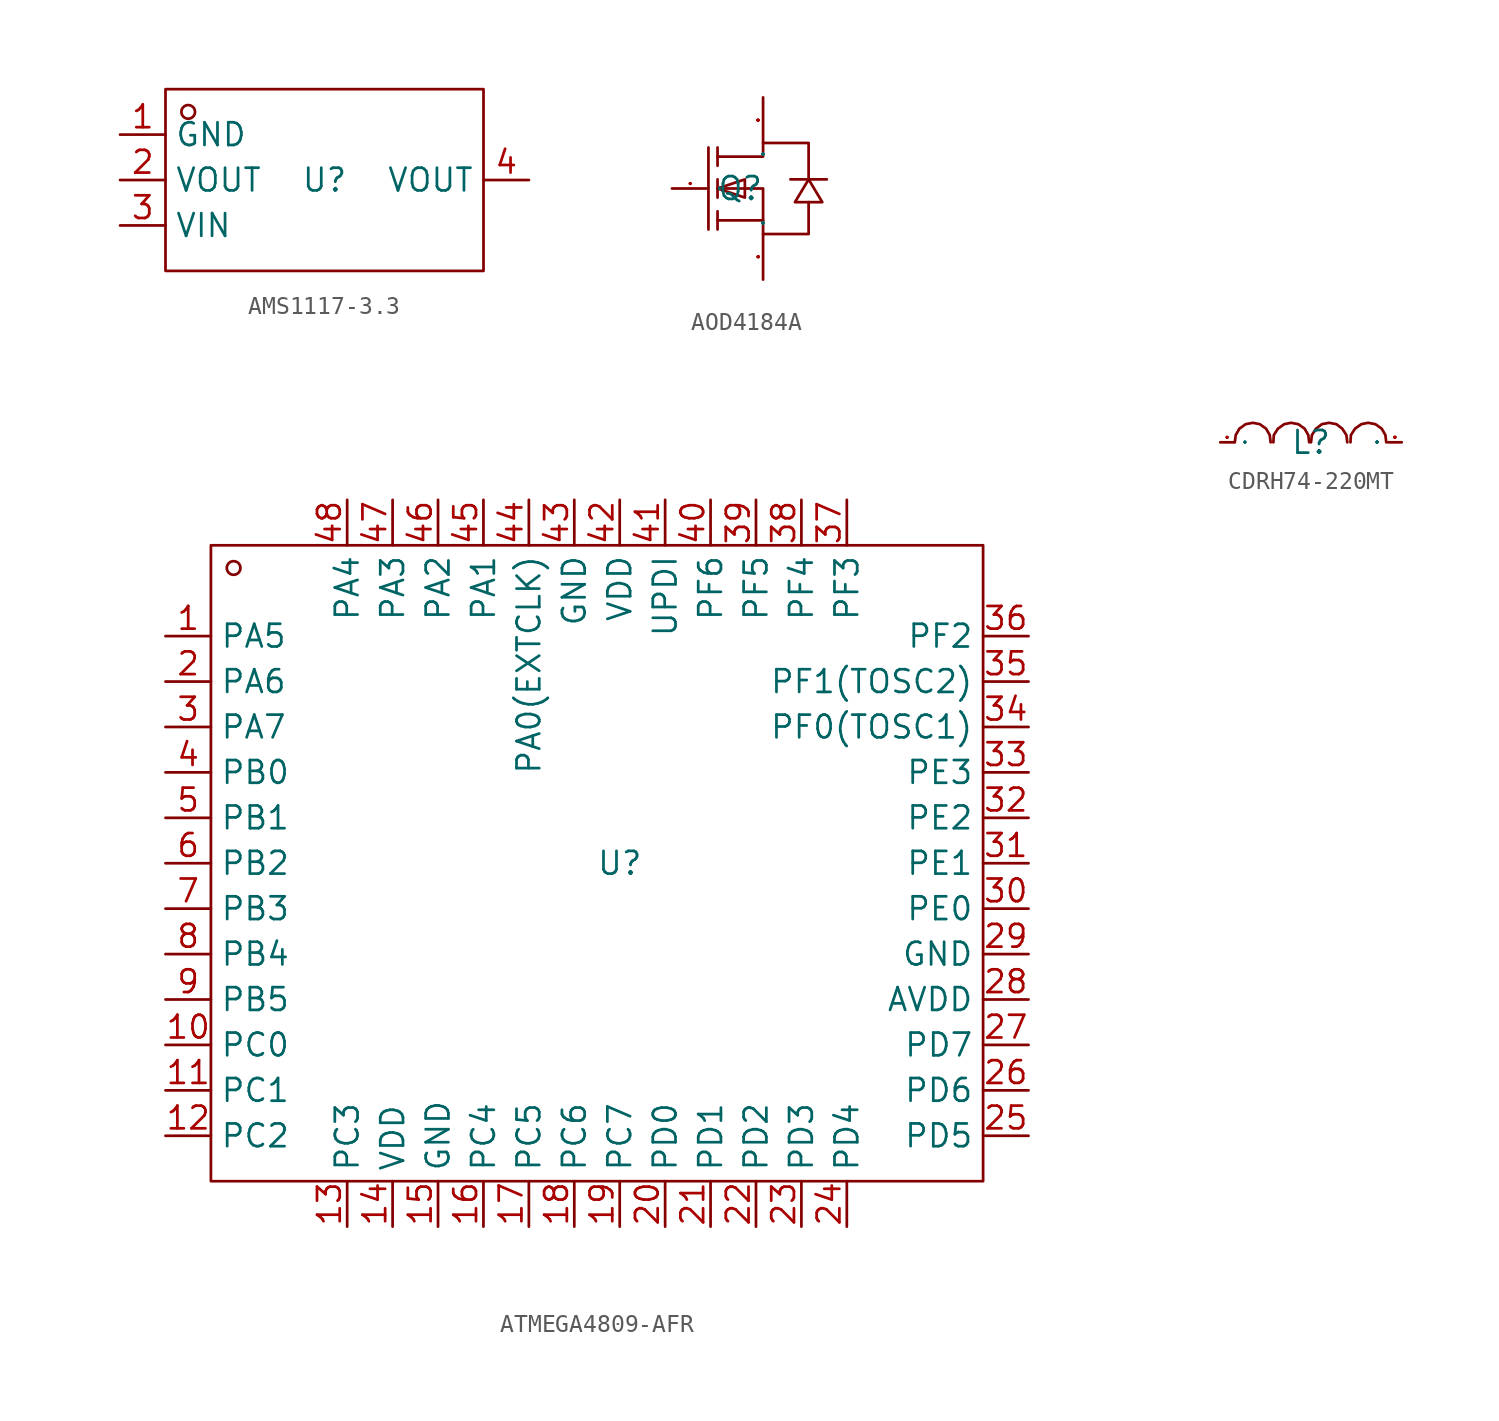
<source format=kicad_sym>
(kicad_symbol_lib
  (version 20241209)
  (generator "kicad_symbol_editor")
  (generator_version "9.0")
  (symbol "AMS1117-3.3"
    (property "Reference" "U"
      (at 0 0 0)
      (effects (font (size 1.27 1.27))))
    (property "Value" ""
      (at 0 0 0)
      (effects (font (size 1.27 1.27))))
    (symbol "AMS1117-3.3_1_0"
      (rectangle (start -8.89 -5.08) (end 8.89 5.08) (stroke (width 0) (type default)) (fill (type none)))
      (circle (center -7.62 3.81) (radius 0.381) (stroke (width 0) (type default)) (fill (type none)))
      (pin input line (at -11.43 2.54 0) (length 2.54) (name "GND" (effects (font (size 1.27 1.27)))) (number "1" (effects (font (size 1.27 1.27)))))
      (pin input line (at -11.43 0 0) (length 2.54) (name "VOUT" (effects (font (size 1.27 1.27)))) (number "2" (effects (font (size 1.27 1.27)))))
      (pin input line (at -11.43 -2.54 0) (length 2.54) (name "VIN" (effects (font (size 1.27 1.27)))) (number "3" (effects (font (size 1.27 1.27)))))
      (pin input line (at 11.43 0 180) (length 2.54) (name "VOUT" (effects (font (size 1.27 1.27)))) (number "4" (effects (font (size 1.27 1.27)))))))
  (symbol "AOD4184A"
    (property "Reference" "Q"
      (at 0 0 0)
      (effects (font (size 1.27 1.27))))
    (property "Value" ""
      (at 0 0 0)
      (effects (font (size 1.27 1.27))))
    (symbol "AOD4184A_1_0"
      (polyline (pts (xy -1.778 2.286) (xy -1.778 -2.286)) (stroke (width 0) (type default)) (fill (type none)))
      (polyline (pts (xy -1.27 2.286) (xy -1.27 1.27)) (stroke (width 0) (type default)) (fill (type none)))
      (polyline (pts (xy -1.27 1.778) (xy 1.27 1.778) (xy 1.27 1.778) (xy 1.27 2.54) (xy 1.27 2.54) (xy 3.81 2.54) (xy 3.81 2.54) (xy 3.81 0.508)) (stroke (width 0) (type default)) (fill (type none)))
      (polyline (pts (xy -1.27 0) (xy 0.254 -0.508) (xy 0.254 -0.508) (xy 0.254 0.508) (xy 0.254 0.508) (xy -1.27 0)) (stroke (width 0) (type default)) (fill (type none)))
      (polyline (pts (xy -1.27 0) (xy 1.27 0) (xy 1.27 0) (xy 1.27 -2.54) (xy 1.27 -2.54) (xy 3.81 -2.54) (xy 3.81 -2.54) (xy 3.81 -0.762)) (stroke (width 0) (type default)) (fill (type none)))
      (polyline (pts (xy -1.27 -0.508) (xy -1.27 0.508)) (stroke (width 0) (type default)) (fill (type none)))
      (polyline (pts (xy -1.27 -2.286) (xy -1.27 -1.27)) (stroke (width 0) (type default)) (fill (type none)))
      (polyline (pts (xy 1.27 -1.778) (xy -1.27 -1.778)) (stroke (width 0) (type default)) (fill (type none)))
      (polyline (pts (xy 3.81 0.508) (xy 3.048 -0.762) (xy 3.048 -0.762) (xy 4.572 -0.762) (xy 4.572 -0.762) (xy 3.81 0.508)) (stroke (width 0) (type default)) (fill (type none)))
      (polyline (pts (xy 4.826 0.508) (xy 4.318 0.508) (xy 4.318 0.508) (xy 3.302 0.508) (xy 3.302 0.508) (xy 2.794 0.508)) (stroke (width 0) (type default)) (fill (type none)))
      (pin input line (at -3.81 0 0) (length 2.032) (name "G" (effects (font (size 0.025 0.025)))) (number "1" (effects (font (size 0.025 0.025)))))
      (pin input line (at 1.27 5.08 270) (length 2.54) (name "D" (effects (font (size 0.025 0.025)))) (number "2" (effects (font (size 0.025 0.025)))))
      (pin input line (at 1.27 -5.08 90) (length 2.54) (name "S" (effects (font (size 0.025 0.025)))) (number "3" (effects (font (size 0.025 0.025)))))))
  (symbol "ATMEGA4809-AFR"
    (property "Reference" "U"
      (at 0 0 0)
      (effects (font (size 1.27 1.27))))
    (property "Value" ""
      (at 0 0 0)
      (effects (font (size 1.27 1.27))))
    (symbol "ATMEGA4809-AFR_1_0"
      (rectangle (start -22.86 -17.78) (end 20.32 17.78) (stroke (width 0) (type default)) (fill (type none)))
      (circle (center -21.59 16.51) (radius 0.381) (stroke (width 0) (type default)) (fill (type none)))
      (pin input line (at -25.4 12.7 0) (length 2.54) (name "PA5" (effects (font (size 1.27 1.27)))) (number "1" (effects (font (size 1.27 1.27)))))
      (pin input line (at -25.4 10.16 0) (length 2.54) (name "PA6" (effects (font (size 1.27 1.27)))) (number "2" (effects (font (size 1.27 1.27)))))
      (pin input line (at -25.4 7.62 0) (length 2.54) (name "PA7" (effects (font (size 1.27 1.27)))) (number "3" (effects (font (size 1.27 1.27)))))
      (pin input line (at -25.4 5.08 0) (length 2.54) (name "PB0" (effects (font (size 1.27 1.27)))) (number "4" (effects (font (size 1.27 1.27)))))
      (pin input line (at -25.4 2.54 0) (length 2.54) (name "PB1" (effects (font (size 1.27 1.27)))) (number "5" (effects (font (size 1.27 1.27)))))
      (pin input line (at -25.4 0 0) (length 2.54) (name "PB2" (effects (font (size 1.27 1.27)))) (number "6" (effects (font (size 1.27 1.27)))))
      (pin input line (at -25.4 -2.54 0) (length 2.54) (name "PB3" (effects (font (size 1.27 1.27)))) (number "7" (effects (font (size 1.27 1.27)))))
      (pin input line (at -25.4 -5.08 0) (length 2.54) (name "PB4" (effects (font (size 1.27 1.27)))) (number "8" (effects (font (size 1.27 1.27)))))
      (pin input line (at -25.4 -7.62 0) (length 2.54) (name "PB5" (effects (font (size 1.27 1.27)))) (number "9" (effects (font (size 1.27 1.27)))))
      (pin input line (at -25.4 -10.16 0) (length 2.54) (name "PC0" (effects (font (size 1.27 1.27)))) (number "10" (effects (font (size 1.27 1.27)))))
      (pin input line (at -25.4 -12.7 0) (length 2.54) (name "PC1" (effects (font (size 1.27 1.27)))) (number "11" (effects (font (size 1.27 1.27)))))
      (pin input line (at -25.4 -15.24 0) (length 2.54) (name "PC2" (effects (font (size 1.27 1.27)))) (number "12" (effects (font (size 1.27 1.27)))))
      (pin input line (at -15.24 20.32 270) (length 2.54) (name "PA4" (effects (font (size 1.27 1.27)))) (number "48" (effects (font (size 1.27 1.27)))))
      (pin input line (at -15.24 -20.32 90) (length 2.54) (name "PC3" (effects (font (size 1.27 1.27)))) (number "13" (effects (font (size 1.27 1.27)))))
      (pin input line (at -12.7 20.32 270) (length 2.54) (name "PA3" (effects (font (size 1.27 1.27)))) (number "47" (effects (font (size 1.27 1.27)))))
      (pin input line (at -12.7 -20.32 90) (length 2.54) (name "VDD" (effects (font (size 1.27 1.27)))) (number "14" (effects (font (size 1.27 1.27)))))
      (pin input line (at -10.16 20.32 270) (length 2.54) (name "PA2" (effects (font (size 1.27 1.27)))) (number "46" (effects (font (size 1.27 1.27)))))
      (pin input line (at -10.16 -20.32 90) (length 2.54) (name "GND" (effects (font (size 1.27 1.27)))) (number "15" (effects (font (size 1.27 1.27)))))
      (pin input line (at -7.62 20.32 270) (length 2.54) (name "PA1" (effects (font (size 1.27 1.27)))) (number "45" (effects (font (size 1.27 1.27)))))
      (pin input line (at -7.62 -20.32 90) (length 2.54) (name "PC4" (effects (font (size 1.27 1.27)))) (number "16" (effects (font (size 1.27 1.27)))))
      (pin input line (at -5.08 20.32 270) (length 2.54) (name "PA0(EXTCLK)" (effects (font (size 1.27 1.27)))) (number "44" (effects (font (size 1.27 1.27)))))
      (pin input line (at -5.08 -20.32 90) (length 2.54) (name "PC5" (effects (font (size 1.27 1.27)))) (number "17" (effects (font (size 1.27 1.27)))))
      (pin input line (at -2.54 20.32 270) (length 2.54) (name "GND" (effects (font (size 1.27 1.27)))) (number "43" (effects (font (size 1.27 1.27)))))
      (pin input line (at -2.54 -20.32 90) (length 2.54) (name "PC6" (effects (font (size 1.27 1.27)))) (number "18" (effects (font (size 1.27 1.27)))))
      (pin input line (at 0 20.32 270) (length 2.54) (name "VDD" (effects (font (size 1.27 1.27)))) (number "42" (effects (font (size 1.27 1.27)))))
      (pin input line (at 0 -20.32 90) (length 2.54) (name "PC7" (effects (font (size 1.27 1.27)))) (number "19" (effects (font (size 1.27 1.27)))))
      (pin input line (at 2.54 20.32 270) (length 2.54) (name "UPDI" (effects (font (size 1.27 1.27)))) (number "41" (effects (font (size 1.27 1.27)))))
      (pin input line (at 2.54 -20.32 90) (length 2.54) (name "PD0" (effects (font (size 1.27 1.27)))) (number "20" (effects (font (size 1.27 1.27)))))
      (pin input line (at 5.08 20.32 270) (length 2.54) (name "PF6" (effects (font (size 1.27 1.27)))) (number "40" (effects (font (size 1.27 1.27)))))
      (pin input line (at 5.08 -20.32 90) (length 2.54) (name "PD1" (effects (font (size 1.27 1.27)))) (number "21" (effects (font (size 1.27 1.27)))))
      (pin input line (at 7.62 20.32 270) (length 2.54) (name "PF5" (effects (font (size 1.27 1.27)))) (number "39" (effects (font (size 1.27 1.27)))))
      (pin input line (at 7.62 -20.32 90) (length 2.54) (name "PD2" (effects (font (size 1.27 1.27)))) (number "22" (effects (font (size 1.27 1.27)))))
      (pin input line (at 10.16 20.32 270) (length 2.54) (name "PF4" (effects (font (size 1.27 1.27)))) (number "38" (effects (font (size 1.27 1.27)))))
      (pin input line (at 10.16 -20.32 90) (length 2.54) (name "PD3" (effects (font (size 1.27 1.27)))) (number "23" (effects (font (size 1.27 1.27)))))
      (pin input line (at 12.7 20.32 270) (length 2.54) (name "PF3" (effects (font (size 1.27 1.27)))) (number "37" (effects (font (size 1.27 1.27)))))
      (pin input line (at 12.7 -20.32 90) (length 2.54) (name "PD4" (effects (font (size 1.27 1.27)))) (number "24" (effects (font (size 1.27 1.27)))))
      (pin input line (at 22.86 12.7 180) (length 2.54) (name "PF2" (effects (font (size 1.27 1.27)))) (number "36" (effects (font (size 1.27 1.27)))))
      (pin input line (at 22.86 10.16 180) (length 2.54) (name "PF1(TOSC2)" (effects (font (size 1.27 1.27)))) (number "35" (effects (font (size 1.27 1.27)))))
      (pin input line (at 22.86 7.62 180) (length 2.54) (name "PF0(TOSC1)" (effects (font (size 1.27 1.27)))) (number "34" (effects (font (size 1.27 1.27)))))
      (pin input line (at 22.86 5.08 180) (length 2.54) (name "PE3" (effects (font (size 1.27 1.27)))) (number "33" (effects (font (size 1.27 1.27)))))
      (pin input line (at 22.86 2.54 180) (length 2.54) (name "PE2" (effects (font (size 1.27 1.27)))) (number "32" (effects (font (size 1.27 1.27)))))
      (pin input line (at 22.86 0 180) (length 2.54) (name "PE1" (effects (font (size 1.27 1.27)))) (number "31" (effects (font (size 1.27 1.27)))))
      (pin input line (at 22.86 -2.54 180) (length 2.54) (name "PE0" (effects (font (size 1.27 1.27)))) (number "30" (effects (font (size 1.27 1.27)))))
      (pin input line (at 22.86 -5.08 180) (length 2.54) (name "GND" (effects (font (size 1.27 1.27)))) (number "29" (effects (font (size 1.27 1.27)))))
      (pin input line (at 22.86 -7.62 180) (length 2.54) (name "AVDD" (effects (font (size 1.27 1.27)))) (number "28" (effects (font (size 1.27 1.27)))))
      (pin input line (at 22.86 -10.16 180) (length 2.54) (name "PD7" (effects (font (size 1.27 1.27)))) (number "27" (effects (font (size 1.27 1.27)))))
      (pin input line (at 22.86 -12.7 180) (length 2.54) (name "PD6" (effects (font (size 1.27 1.27)))) (number "26" (effects (font (size 1.27 1.27)))))
      (pin input line (at 22.86 -15.24 180) (length 2.54) (name "PD5" (effects (font (size 1.27 1.27)))) (number "25" (effects (font (size 1.27 1.27)))))))
  (symbol "CDRH74-220MT"
    (property "Reference" "L"
      (at 0 0 0)
      (effects (font (size 1.27 1.27))))
    (symbol "CDRH74-220MT_1_0"
      (polyline (pts (xy -4.267 0) (xy -4.216 0.406) (xy -4.216 0.406) (xy -4.013 0.762) (xy -4.013 0.762) (xy -3.658 1.016) (xy -3.658 1.016) (xy -3.251 1.092) (xy -3.251 1.092) (xy -2.87 1.016) (xy -2.87 1.016) (xy -2.515 0.762) (xy -2.515 0.762) (xy -2.311 0.406) (xy -2.311 0.406) (xy -2.261 0)) (stroke (width 0) (type default)) (fill (type none)))
      (polyline (pts (xy -2.108 0) (xy -2.083 0.406) (xy -2.083 0.406) (xy -1.854 0.762) (xy -1.854 0.762) (xy -1.499 1.016) (xy -1.499 1.016) (xy -1.118 1.092) (xy -1.118 1.092) (xy -0.711 1.016) (xy -0.711 1.016) (xy -0.356 0.762) (xy -0.356 0.762) (xy -0.152 0.406) (xy -0.152 0.406) (xy -0.102 0)) (stroke (width 0) (type default)) (fill (type none)))
      (polyline (pts (xy 0 0) (xy 0.051 0.406) (xy 0.051 0.406) (xy 0.279 0.762) (xy 0.279 0.762) (xy 0.61 1.016) (xy 0.61 1.016) (xy 1.016 1.092) (xy 1.016 1.092) (xy 1.422 1.016) (xy 1.422 1.016) (xy 1.753 0.762) (xy 1.753 0.762) (xy 1.981 0.406) (xy 1.981 0.406) (xy 2.032 0)) (stroke (width 0) (type default)) (fill (type none)))
      (polyline (pts (xy 2.21 0) (xy 2.235 0.406) (xy 2.235 0.406) (xy 2.464 0.762) (xy 2.464 0.762) (xy 2.819 1.016) (xy 2.819 1.016) (xy 3.2 1.092) (xy 3.2 1.092) (xy 3.607 1.016) (xy 3.607 1.016) (xy 3.962 0.762) (xy 3.962 0.762) (xy 4.166 0.406) (xy 4.166 0.406) (xy 4.216 0)) (stroke (width 0) (type default)) (fill (type none)))
      (pin input line (at -5.08 0 0) (length 0.762) (name "1" (effects (font (size 0.025 0.025)))) (number "1" (effects (font (size 0.025 0.025)))))
      (pin input line (at 5.08 0 180) (length 0.762) (name "2" (effects (font (size 0.025 0.025)))) (number "2" (effects (font (size 0.025 0.025))))))))
</source>
